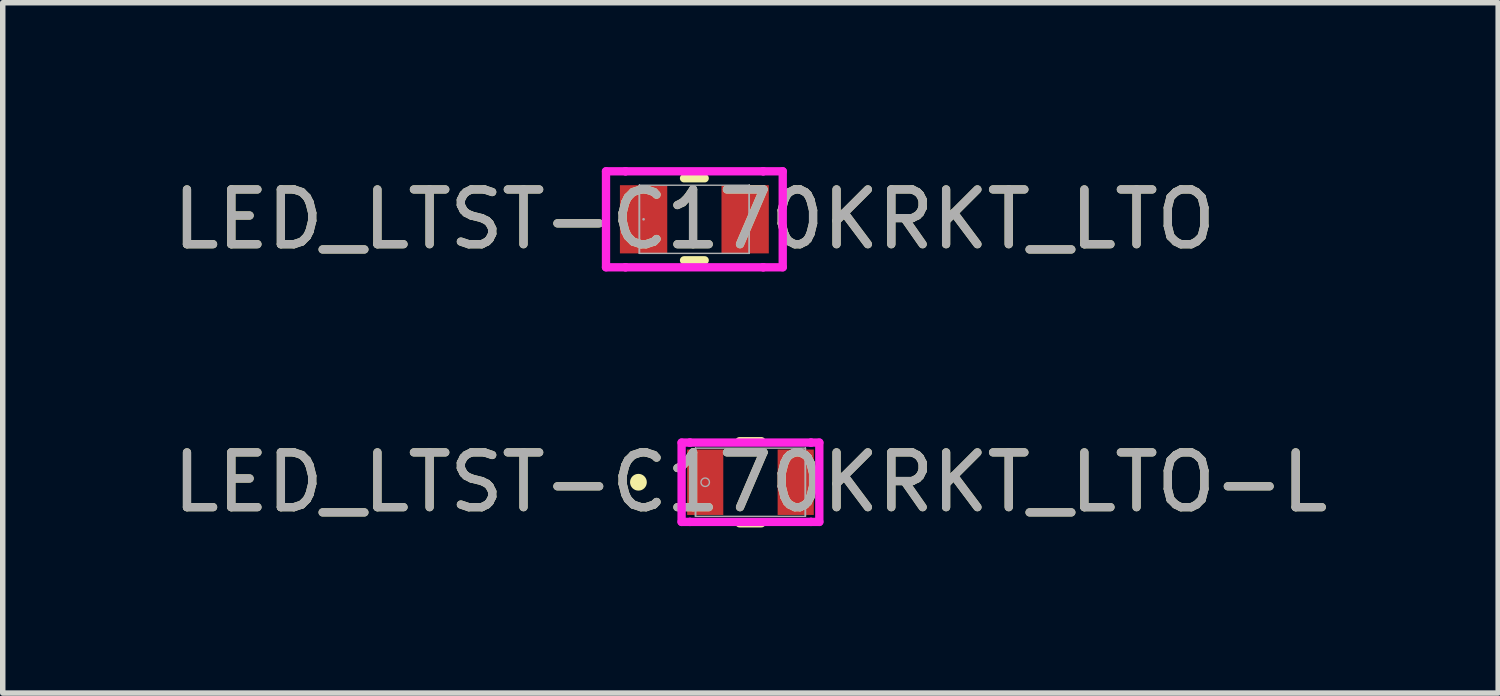
<source format=kicad_pcb>
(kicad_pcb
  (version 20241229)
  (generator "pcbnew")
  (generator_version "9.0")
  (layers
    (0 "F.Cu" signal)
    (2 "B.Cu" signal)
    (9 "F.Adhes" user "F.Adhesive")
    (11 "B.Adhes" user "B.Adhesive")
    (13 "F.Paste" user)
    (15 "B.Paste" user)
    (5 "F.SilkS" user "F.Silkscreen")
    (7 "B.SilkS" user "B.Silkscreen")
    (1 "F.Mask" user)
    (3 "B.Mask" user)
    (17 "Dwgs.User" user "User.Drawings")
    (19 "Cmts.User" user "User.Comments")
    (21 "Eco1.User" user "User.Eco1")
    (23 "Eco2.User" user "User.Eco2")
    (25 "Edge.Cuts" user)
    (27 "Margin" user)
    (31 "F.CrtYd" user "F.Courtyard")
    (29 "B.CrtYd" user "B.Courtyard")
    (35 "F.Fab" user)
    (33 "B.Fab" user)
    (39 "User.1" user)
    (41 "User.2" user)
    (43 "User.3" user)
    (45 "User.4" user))
  (footprint "LED_LTST-C170KRKT_LTO"
    (layer "F.Cu")
    (at 9.625 0.953)
    (property "Reference" "LED_LTST-C170KRKT_LTO" (at 0 0 0) (unlocked yes) (layer "F.SilkS") (effects (font (size 1 1) (thickness 0.15))))
    (attr smd)
    (fp_line (start -0.188 0.749) (end 0.188 0.749) (stroke (width 0.152) (type solid)) (layer "F.SilkS"))
    (fp_line (start 0.188 -0.749) (end -0.188 -0.749) (stroke (width 0.152) (type solid)) (layer "F.SilkS"))
    (fp_line (start -1.613 -0.876) (end -1.257 -0.876) (stroke (width 0.152) (type solid)) (layer "F.CrtYd"))
    (fp_line (start -1.613 0.876) (end -1.613 -0.876) (stroke (width 0.152) (type solid)) (layer "F.CrtYd"))
    (fp_line (start -1.257 -0.876) (end -1.257 -0.876) (stroke (width 0.152) (type solid)) (layer "F.CrtYd"))
    (fp_line (start -1.257 -0.876) (end 1.257 -0.876) (stroke (width 0.152) (type solid)) (layer "F.CrtYd"))
    (fp_line (start -1.257 0.876) (end -1.613 0.876) (stroke (width 0.152) (type solid)) (layer "F.CrtYd"))
    (fp_line (start -1.257 0.876) (end -1.257 0.876) (stroke (width 0.152) (type solid)) (layer "F.CrtYd"))
    (fp_line (start 1.257 -0.876) (end 1.257 -0.876) (stroke (width 0.152) (type solid)) (layer "F.CrtYd"))
    (fp_line (start 1.257 -0.876) (end 1.613 -0.876) (stroke (width 0.152) (type solid)) (layer "F.CrtYd"))
    (fp_line (start 1.257 0.876) (end -1.257 0.876) (stroke (width 0.152) (type solid)) (layer "F.CrtYd"))
    (fp_line (start 1.257 0.876) (end 1.257 0.876) (stroke (width 0.152) (type solid)) (layer "F.CrtYd"))
    (fp_line (start 1.613 -0.876) (end 1.613 0.876) (stroke (width 0.152) (type solid)) (layer "F.CrtYd"))
    (fp_line (start 1.613 0.876) (end 1.257 0.876) (stroke (width 0.152) (type solid)) (layer "F.CrtYd"))
    (fp_line (start -1.003 -0.622) (end -1.003 -0.622) (stroke (width 0.025) (type solid)) (layer "F.Fab"))
    (fp_line (start -1.003 -0.622) (end -1.003 0.622) (stroke (width 0.025) (type solid)) (layer "F.Fab"))
    (fp_line (start -1.003 -0.622) (end -1.003 0.622) (stroke (width 0.025) (type solid)) (layer "F.Fab"))
    (fp_line (start -1.003 0.622) (end -1.003 -0.622) (stroke (width 0.025) (type solid)) (layer "F.Fab"))
    (fp_line (start -1.003 0.622) (end -1.003 0.622) (stroke (width 0.025) (type solid)) (layer "F.Fab"))
    (fp_line (start -1.003 0.622) (end 1.003 0.622) (stroke (width 0.025) (type solid)) (layer "F.Fab"))
    (fp_line (start 1.003 -0.622) (end -1.003 -0.622) (stroke (width 0.025) (type solid)) (layer "F.Fab"))
    (fp_line (start 1.003 -0.622) (end 1.003 -0.622) (stroke (width 0.025) (type solid)) (layer "F.Fab"))
    (fp_line (start 1.003 -0.622) (end 1.003 0.622) (stroke (width 0.025) (type solid)) (layer "F.Fab"))
    (fp_line (start 1.003 0.622) (end 1.003 -0.622) (stroke (width 0.025) (type solid)) (layer "F.Fab"))
    (fp_line (start 1.003 0.622) (end 1.003 -0.622) (stroke (width 0.025) (type solid)) (layer "F.Fab"))
    (fp_line (start 1.003 0.622) (end 1.003 0.622) (stroke (width 0.025) (type solid)) (layer "F.Fab"))
    (fp_circle (center -0.927 0) (end -0.927 0) (stroke (width 0.025) (type solid)) (fill no) (layer "F.Fab"))
    (fp_text user "${REFERENCE}" (at 0 0 0) (unlocked yes) (layer "F.Fab") (effects (font (size 1 1) (thickness 0.15))))
    (pad "1" smd rect (at -0.927 0) (size 0.864 1.245) (layers "F.Cu" "F.Mask" "F.Paste"))
    (pad "2" smd rect (at 0.927 0) (size 0.864 1.245) (layers "F.Cu" "F.Mask" "F.Paste"))
    (zone (net_name "") (layer "F.Cu") (hatch full 0.508) (connect_pads) (min_thickness 0.254) (filled_areas_thickness no) (keepout (tracks not_allowed) (vias not_allowed) (pads allowed) (copperpour not_allowed) (footprints allowed)) (placement (enabled no)) (fill) (polygon (pts (xy 9.181 0.381) (xy 10.07 0.381) (xy 10.07 1.524) (xy 9.181 1.524)))))
  (footprint "LED_LTST-C170KRKT_LTO-L"
    (layer "F.Cu")
    (at 10.649 5.753)
    (property "Reference" "LED_LTST-C170KRKT_LTO-L" (at 0 0 0) (unlocked yes) (layer "F.SilkS") (effects (font (size 1 1) (thickness 0.15))))
    (attr smd)
    (fp_line (start -0.2 0.749) (end 0.2 0.749) (stroke (width 0.152) (type solid)) (layer "F.SilkS"))
    (fp_line (start 0.2 -0.749) (end -0.2 -0.749) (stroke (width 0.152) (type solid)) (layer "F.SilkS"))
    (fp_circle (center -2.045 0) (end -1.968 0) (stroke (width 0.152) (type solid)) (fill no) (layer "F.SilkS"))
    (fp_line (start -1.257 -0.724) (end -1.105 -0.724) (stroke (width 0.152) (type solid)) (layer "F.CrtYd"))
    (fp_line (start -1.257 0.724) (end -1.257 -0.724) (stroke (width 0.152) (type solid)) (layer "F.CrtYd"))
    (fp_line (start -1.105 -0.724) (end -1.105 -0.724) (stroke (width 0.152) (type solid)) (layer "F.CrtYd"))
    (fp_line (start -1.105 -0.724) (end 1.105 -0.724) (stroke (width 0.152) (type solid)) (layer "F.CrtYd"))
    (fp_line (start -1.105 0.724) (end -1.257 0.724) (stroke (width 0.152) (type solid)) (layer "F.CrtYd"))
    (fp_line (start -1.105 0.724) (end -1.105 0.724) (stroke (width 0.152) (type solid)) (layer "F.CrtYd"))
    (fp_line (start 1.105 -0.724) (end 1.105 -0.724) (stroke (width 0.152) (type solid)) (layer "F.CrtYd"))
    (fp_line (start 1.105 -0.724) (end 1.257 -0.724) (stroke (width 0.152) (type solid)) (layer "F.CrtYd"))
    (fp_line (start 1.105 0.724) (end -1.105 0.724) (stroke (width 0.152) (type solid)) (layer "F.CrtYd"))
    (fp_line (start 1.105 0.724) (end 1.105 0.724) (stroke (width 0.152) (type solid)) (layer "F.CrtYd"))
    (fp_line (start 1.257 -0.724) (end 1.257 0.724) (stroke (width 0.152) (type solid)) (layer "F.CrtYd"))
    (fp_line (start 1.257 0.724) (end 1.105 0.724) (stroke (width 0.152) (type solid)) (layer "F.CrtYd"))
    (fp_line (start -1.003 -0.622) (end -1.003 -0.622) (stroke (width 0.025) (type solid)) (layer "F.Fab"))
    (fp_line (start -1.003 -0.622) (end -1.003 0.622) (stroke (width 0.025) (type solid)) (layer "F.Fab"))
    (fp_line (start -1.003 -0.622) (end -1.003 0.622) (stroke (width 0.025) (type solid)) (layer "F.Fab"))
    (fp_line (start -1.003 0.622) (end -1.003 -0.622) (stroke (width 0.025) (type solid)) (layer "F.Fab"))
    (fp_line (start -1.003 0.622) (end -1.003 0.622) (stroke (width 0.025) (type solid)) (layer "F.Fab"))
    (fp_line (start -1.003 0.622) (end 1.003 0.622) (stroke (width 0.025) (type solid)) (layer "F.Fab"))
    (fp_line (start 1.003 -0.622) (end -1.003 -0.622) (stroke (width 0.025) (type solid)) (layer "F.Fab"))
    (fp_line (start 1.003 -0.622) (end 1.003 -0.622) (stroke (width 0.025) (type solid)) (layer "F.Fab"))
    (fp_line (start 1.003 -0.622) (end 1.003 0.622) (stroke (width 0.025) (type solid)) (layer "F.Fab"))
    (fp_line (start 1.003 0.622) (end 1.003 -0.622) (stroke (width 0.025) (type solid)) (layer "F.Fab"))
    (fp_line (start 1.003 0.622) (end 1.003 -0.622) (stroke (width 0.025) (type solid)) (layer "F.Fab"))
    (fp_line (start 1.003 0.622) (end 1.003 0.622) (stroke (width 0.025) (type solid)) (layer "F.Fab"))
    (fp_circle (center -0.826 0) (end -0.749 0) (stroke (width 0.025) (type solid)) (fill no) (layer "F.Fab"))
    (fp_text user "${REFERENCE}" (at 0 0 0) (unlocked yes) (layer "F.Fab") (effects (font (size 1 1) (thickness 0.15))))
    (pad "1" smd rect (at -0.826 0) (size 0.66 1.194) (layers "F.Cu" "F.Mask" "F.Paste"))
    (pad "2" smd rect (at 0.826 0) (size 0.66 1.194) (layers "F.Cu" "F.Mask" "F.Paste"))
    (zone (net_name "") (layer "F.Cu") (hatch full 0.508) (connect_pads) (min_thickness 0.254) (filled_areas_thickness no) (keepout (tracks not_allowed) (vias not_allowed) (pads allowed) (copperpour not_allowed) (footprints allowed)) (placement (enabled no)) (fill) (polygon (pts (xy 10.204 5.182) (xy 11.093 5.182) (xy 11.093 6.325) (xy 10.204 6.325)))))
  (gr_rect
    (start -3 -3)
    (end 24.298 9.601)
    (stroke (width 0.1) (type default))
    (fill no)
    (layer "Edge.Cuts")))
</source>
